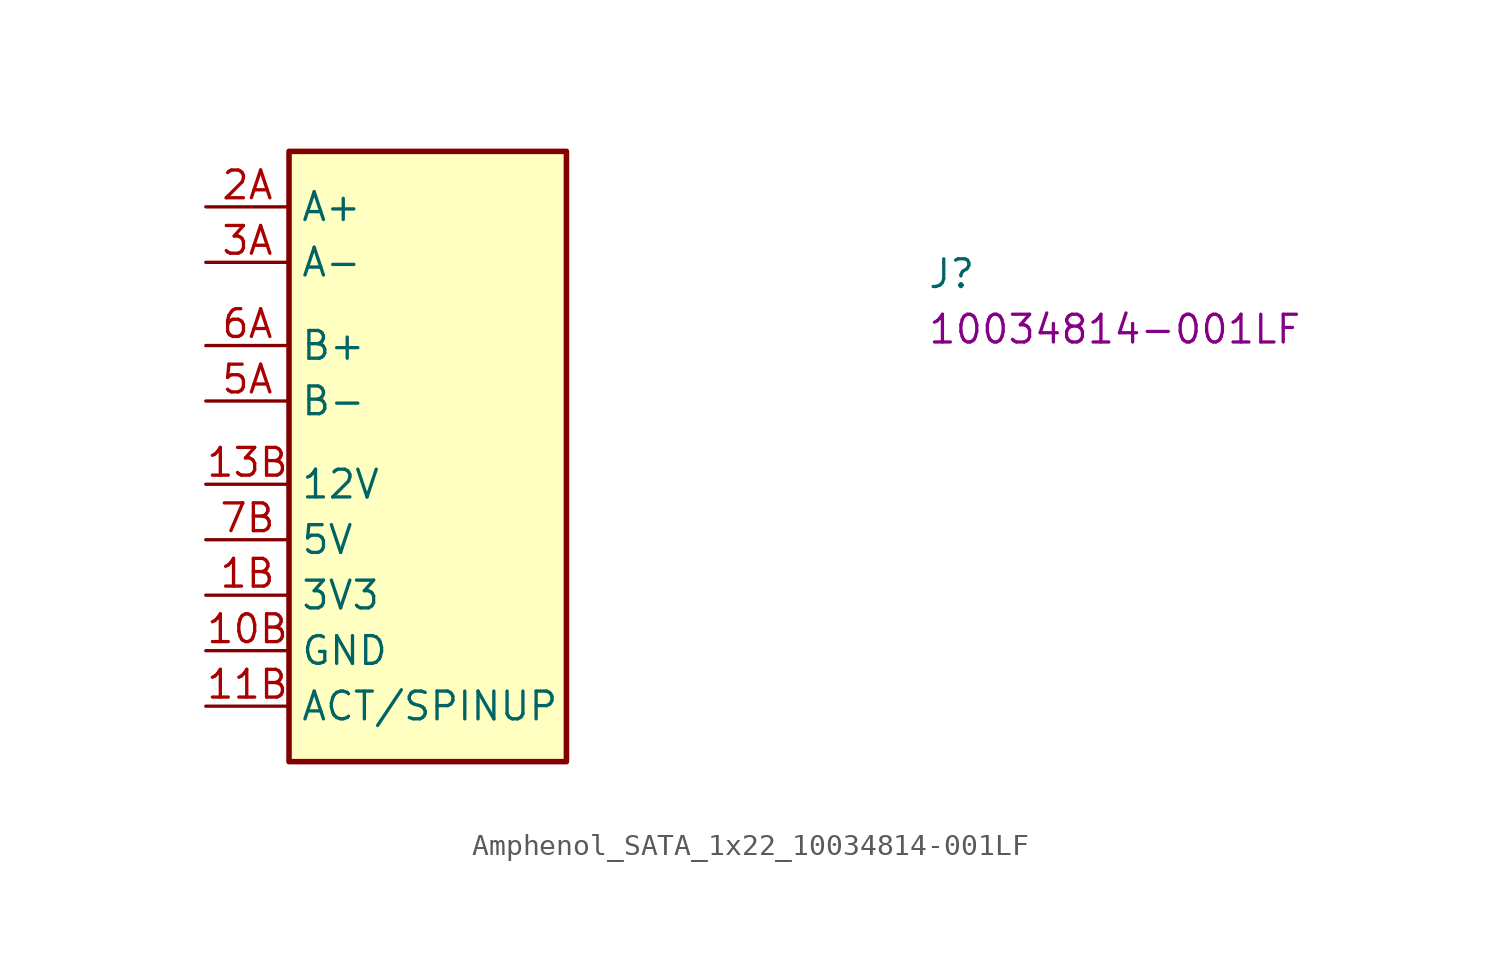
<source format=kicad_sym>
(kicad_symbol_lib
  (version 20220914)
  (generator kicad_symbol_editor)
  (symbol "Amphenol_SATA_1x22_10034814-001LF"
    (property "Reference" "J"
      (at 33.02 -3.81 0)
      (effects (font (size 1.27 1.27) (thickness 0.15)) (justify left bottom)))
    (property "MPN" "10034814-001LF"
      (at 33.02 -6.35 0)
      (effects (font (size 1.27 1.27) (thickness 0.15)) (justify left bottom)))
    (symbol "Amphenol_SATA_1x22_10034814-001LF_1_1"
      (rectangle (start 3.81 2.54) (end 16.51 -25.4) (stroke (width 0.254) (type default)) (fill (type background)))
      (pin power_in line (at 0 -20.32 0) (length 3.81) (name "GND" (effects (font (size 1.27 1.27)))) (number "10B" (effects (font (size 1.27 1.27)))))
      (pin input line (at 0 -22.86 0) (length 3.81) (name "ACT/SPINUP" (effects (font (size 1.27 1.27)))) (number "11B" (effects (font (size 1.27 1.27)))))
      (pin passive line (at 0 -20.32 0) (length 3.81) hide (name "GND" (effects (font (size 1.27 1.27)))) (number "12B" (effects (font (size 1.27 1.27)))))
      (pin power_in line (at 0 -12.7 0) (length 3.81) (name "12V" (effects (font (size 1.27 1.27)))) (number "13B" (effects (font (size 1.27 1.27)))))
      (pin passive line (at 0 -12.7 0) (length 3.81) hide (name "12V" (effects (font (size 1.27 1.27)))) (number "14B" (effects (font (size 1.27 1.27)))))
      (pin passive line (at 0 -12.7 0) (length 3.81) hide (name "12V" (effects (font (size 1.27 1.27)))) (number "15B" (effects (font (size 1.27 1.27)))))
      (pin passive line (at 0 -20.32 0) (length 3.81) hide (name "GND" (effects (font (size 1.27 1.27)))) (number "1A" (effects (font (size 1.27 1.27)))))
      (pin power_in line (at 0 -17.78 0) (length 3.81) (name "3V3" (effects (font (size 1.27 1.27)))) (number "1B" (effects (font (size 1.27 1.27)))))
      (pin output line (at 0 0 0) (length 3.81) (name "A+" (effects (font (size 1.27 1.27)))) (number "2A" (effects (font (size 1.27 1.27)))))
      (pin passive line (at 0 -17.78 0) (length 3.81) hide (name "3V3" (effects (font (size 1.27 1.27)))) (number "2B" (effects (font (size 1.27 1.27)))))
      (pin output line (at 0 -2.54 0) (length 3.81) (name "A-" (effects (font (size 1.27 1.27)))) (number "3A" (effects (font (size 1.27 1.27)))))
      (pin passive line (at 0 -17.78 0) (length 3.81) hide (name "3V3" (effects (font (size 1.27 1.27)))) (number "3B" (effects (font (size 1.27 1.27)))))
      (pin passive line (at 0 -20.32 0) (length 3.81) hide (name "GND" (effects (font (size 1.27 1.27)))) (number "4A" (effects (font (size 1.27 1.27)))))
      (pin passive line (at 0 -20.32 0) (length 3.81) hide (name "GND" (effects (font (size 1.27 1.27)))) (number "4B" (effects (font (size 1.27 1.27)))))
      (pin input line (at 0 -8.89 0) (length 3.81) (name "B-" (effects (font (size 1.27 1.27)))) (number "5A" (effects (font (size 1.27 1.27)))))
      (pin passive line (at 0 -20.32 0) (length 3.81) hide (name "GND" (effects (font (size 1.27 1.27)))) (number "5B" (effects (font (size 1.27 1.27)))))
      (pin input line (at 0 -6.35 0) (length 3.81) (name "B+" (effects (font (size 1.27 1.27)))) (number "6A" (effects (font (size 1.27 1.27)))))
      (pin passive line (at 0 -20.32 0) (length 3.81) hide (name "GND" (effects (font (size 1.27 1.27)))) (number "6B" (effects (font (size 1.27 1.27)))))
      (pin passive line (at 0 -20.32 0) (length 3.81) hide (name "GND" (effects (font (size 1.27 1.27)))) (number "7A" (effects (font (size 1.27 1.27)))))
      (pin power_in line (at 0 -15.24 0) (length 3.81) (name "5V" (effects (font (size 1.27 1.27)))) (number "7B" (effects (font (size 1.27 1.27)))))
      (pin passive line (at 0 -15.24 0) (length 3.81) hide (name "5V" (effects (font (size 1.27 1.27)))) (number "8B" (effects (font (size 1.27 1.27)))))
      (pin passive line (at 0 -15.24 0) (length 3.81) hide (name "5V" (effects (font (size 1.27 1.27)))) (number "9B" (effects (font (size 1.27 1.27))))))))
</source>
